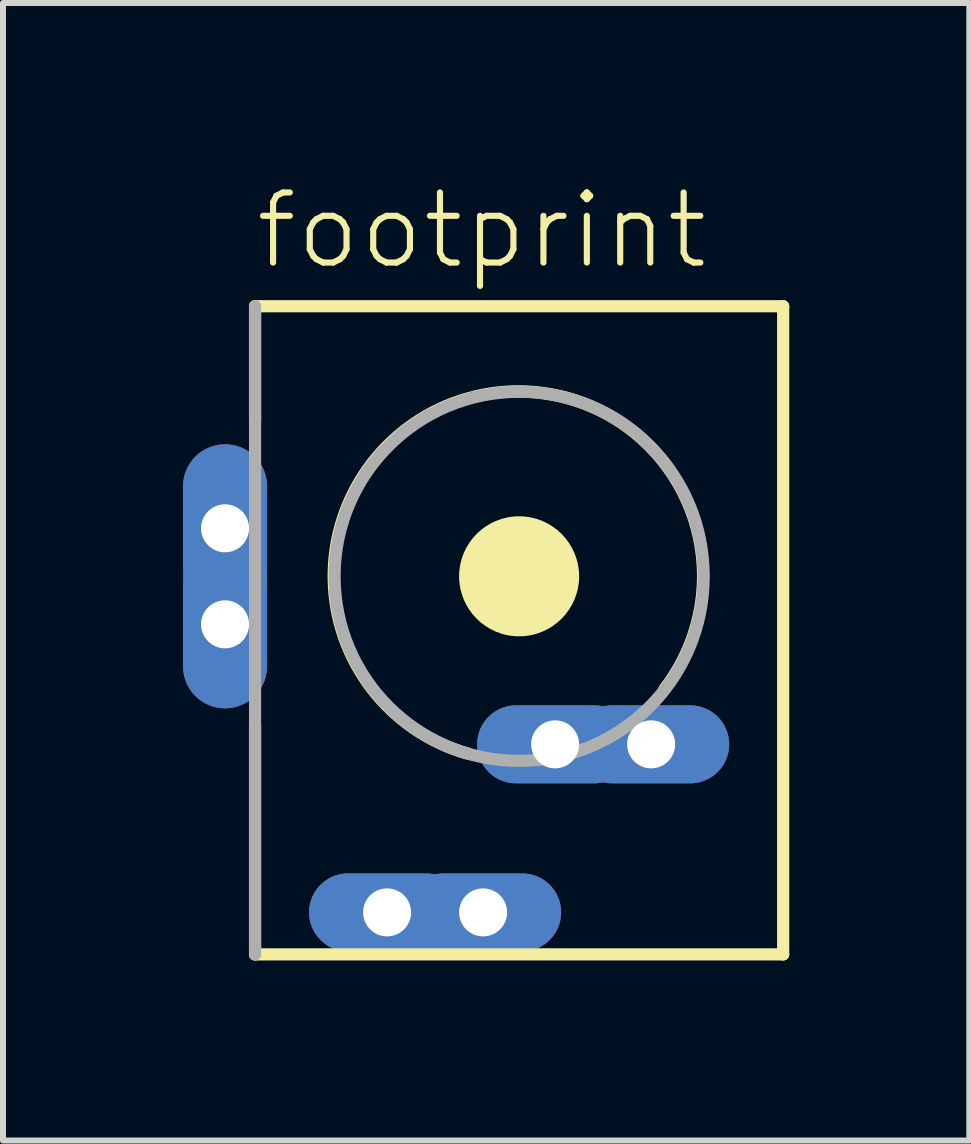
<source format=kicad_pcb>
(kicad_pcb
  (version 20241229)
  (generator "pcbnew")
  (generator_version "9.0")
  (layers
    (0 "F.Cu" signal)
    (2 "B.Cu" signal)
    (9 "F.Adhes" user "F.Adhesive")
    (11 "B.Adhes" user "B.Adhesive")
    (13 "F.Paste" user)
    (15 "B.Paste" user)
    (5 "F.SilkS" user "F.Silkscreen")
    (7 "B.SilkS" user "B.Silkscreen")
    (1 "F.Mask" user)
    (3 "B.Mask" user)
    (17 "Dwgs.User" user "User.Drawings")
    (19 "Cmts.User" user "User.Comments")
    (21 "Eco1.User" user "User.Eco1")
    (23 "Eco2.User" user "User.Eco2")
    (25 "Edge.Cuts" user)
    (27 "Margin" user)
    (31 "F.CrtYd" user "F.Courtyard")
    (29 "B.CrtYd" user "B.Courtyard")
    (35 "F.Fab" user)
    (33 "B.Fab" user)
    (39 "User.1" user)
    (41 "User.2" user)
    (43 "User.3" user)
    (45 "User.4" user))
  (footprint "footprint"
    (layer "F.Cu")
    (at 5.6 6.553)
    (property "Reference" "footprint" (at -4.445 -5.08 0) (layer "F.SilkS") (effects (font (size 1.168 1.168) (thickness 0.102)) (justify left bottom)))
    (fp_line (start -4.4 -2.59) (end -4.4 -4.5) (stroke (width 0.203) (type solid)) (layer "F.SilkS"))
    (fp_line (start -4.4 6.3) (end -4.4 2.485) (stroke (width 0.203) (type solid)) (layer "F.SilkS"))
    (fp_line (start 4.4 -4.5) (end -4.4 -4.5) (stroke (width 0.203) (type solid)) (layer "F.SilkS"))
    (fp_line (start 4.4 -4.5) (end 4.4 6.3) (stroke (width 0.203) (type solid)) (layer "F.SilkS"))
    (fp_line (start 4.4 6.3) (end -4.4 6.3) (stroke (width 0.203) (type solid)) (layer "F.SilkS"))
    (fp_arc (start -0.875 2.95) (mid -0.965445 -2.930266) (end 2.425 1.875001) (stroke (width 0.2032) (type solid)) (layer "F.SilkS"))
    (fp_circle (center 0 0) (end 0.5 0) (stroke (width 1) (type solid)) (fill yes) (layer "F.SilkS"))
    (fp_line (start -4.4 6.3) (end -4.4 -4.5) (stroke (width 0.203) (type solid)) (layer "F.Fab"))
    (fp_circle (center 0 0) (end 3.075 0) (stroke (width 0.203) (type solid)) (fill no) (layer "F.Fab"))
    (pad "1" thru_hole oval (at -4.9 -0.8 270) (size 2.8 1.4) (drill 0.8) (layers "*.Cu" "*.Mask"))
    (pad "1@1" thru_hole oval (at -4.9 0.8 270) (size 2.8 1.4) (drill 0.8) (layers "*.Cu" "*.Mask"))
    (pad "2" thru_hole oval (at -2.2 5.6 180) (size 2.6 1.3) (drill 0.8) (layers "*.Cu" "*.Mask"))
    (pad "2@1" thru_hole oval (at -0.6 5.6 180) (size 2.6 1.3) (drill 0.8) (layers "*.Cu" "*.Mask"))
    (pad "3" thru_hole oval (at 0.6 2.8 180) (size 2.6 1.3) (drill 0.8) (layers "*.Cu" "*.Mask"))
    (pad "3@1" thru_hole oval (at 2.2 2.8 180) (size 2.6 1.3) (drill 0.8) (layers "*.Cu" "*.Mask")))
  (gr_rect
    (start -3 -3)
    (end 13.102 15.955)
    (stroke (width 0.1) (type default))
    (fill no)
    (layer "Edge.Cuts")))
</source>
